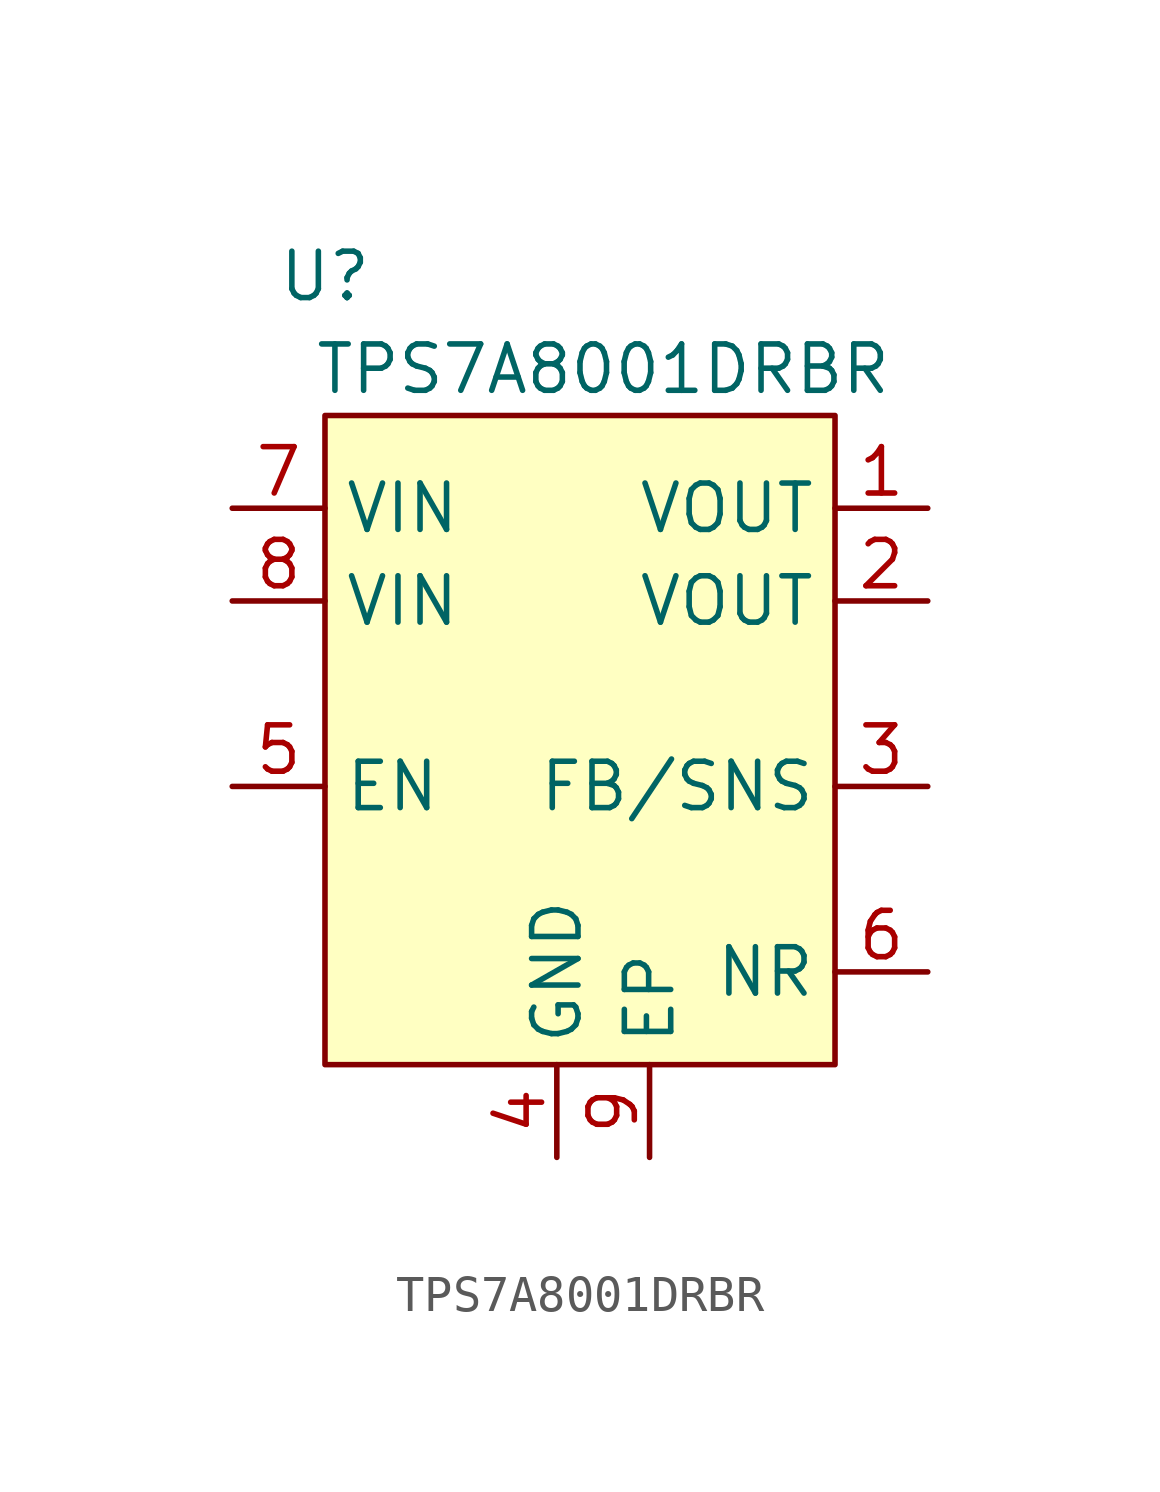
<source format=kicad_sym>
(kicad_symbol_lib
  (version 20220914)
  (generator kicad_symbol_editor)
  (symbol "TPS7A8001DRBR"
    (property "Reference" "U"
      (at -6.35 13.97 0)
      (effects (font (size 1.27 1.27))))
    (property "Value" "TPS7A8001DRBR"
      (at 1.27 11.43 0)
      (effects (font (size 1.27 1.27))))
    (symbol "TPS7A8001DRBR_0_0"
      (pin power_out line (at 10.16 7.62 180) (length 2.54) (name "VOUT" (effects (font (size 1.27 1.27)))) (number "1" (effects (font (size 1.27 1.27)))))
      (pin power_out line (at 10.16 5.08 180) (length 2.54) (name "VOUT" (effects (font (size 1.27 1.27)))) (number "2" (effects (font (size 1.27 1.27)))))
      (pin input line (at 10.16 0 180) (length 2.54) (name "FB/SNS" (effects (font (size 1.27 1.27)))) (number "3" (effects (font (size 1.27 1.27)))))
      (pin passive line (at 0 -10.16 90) (length 2.54) (name "GND" (effects (font (size 1.27 1.27)))) (number "4" (effects (font (size 1.27 1.27)))))
      (pin input line (at -8.89 0 0) (length 2.54) (name "EN" (effects (font (size 1.27 1.27)))) (number "5" (effects (font (size 1.27 1.27)))))
      (pin passive line (at 10.16 -5.08 180) (length 2.54) (name "NR" (effects (font (size 1.27 1.27)))) (number "6" (effects (font (size 1.27 1.27)))))
      (pin power_in line (at -8.89 7.62 0) (length 2.54) (name "VIN" (effects (font (size 1.27 1.27)))) (number "7" (effects (font (size 1.27 1.27)))))
      (pin power_in line (at -8.89 5.08 0) (length 2.54) (name "VIN" (effects (font (size 1.27 1.27)))) (number "8" (effects (font (size 1.27 1.27)))))
      (pin passive line (at 2.54 -10.16 90) (length 2.54) (name "EP" (effects (font (size 1.27 1.27)))) (number "9" (effects (font (size 1.27 1.27))))))
    (symbol "TPS7A8001DRBR_1_1"
      (rectangle (start -6.35 10.16) (end 7.62 -7.62) (stroke (width 0) (type default)) (fill (type background))))))
</source>
